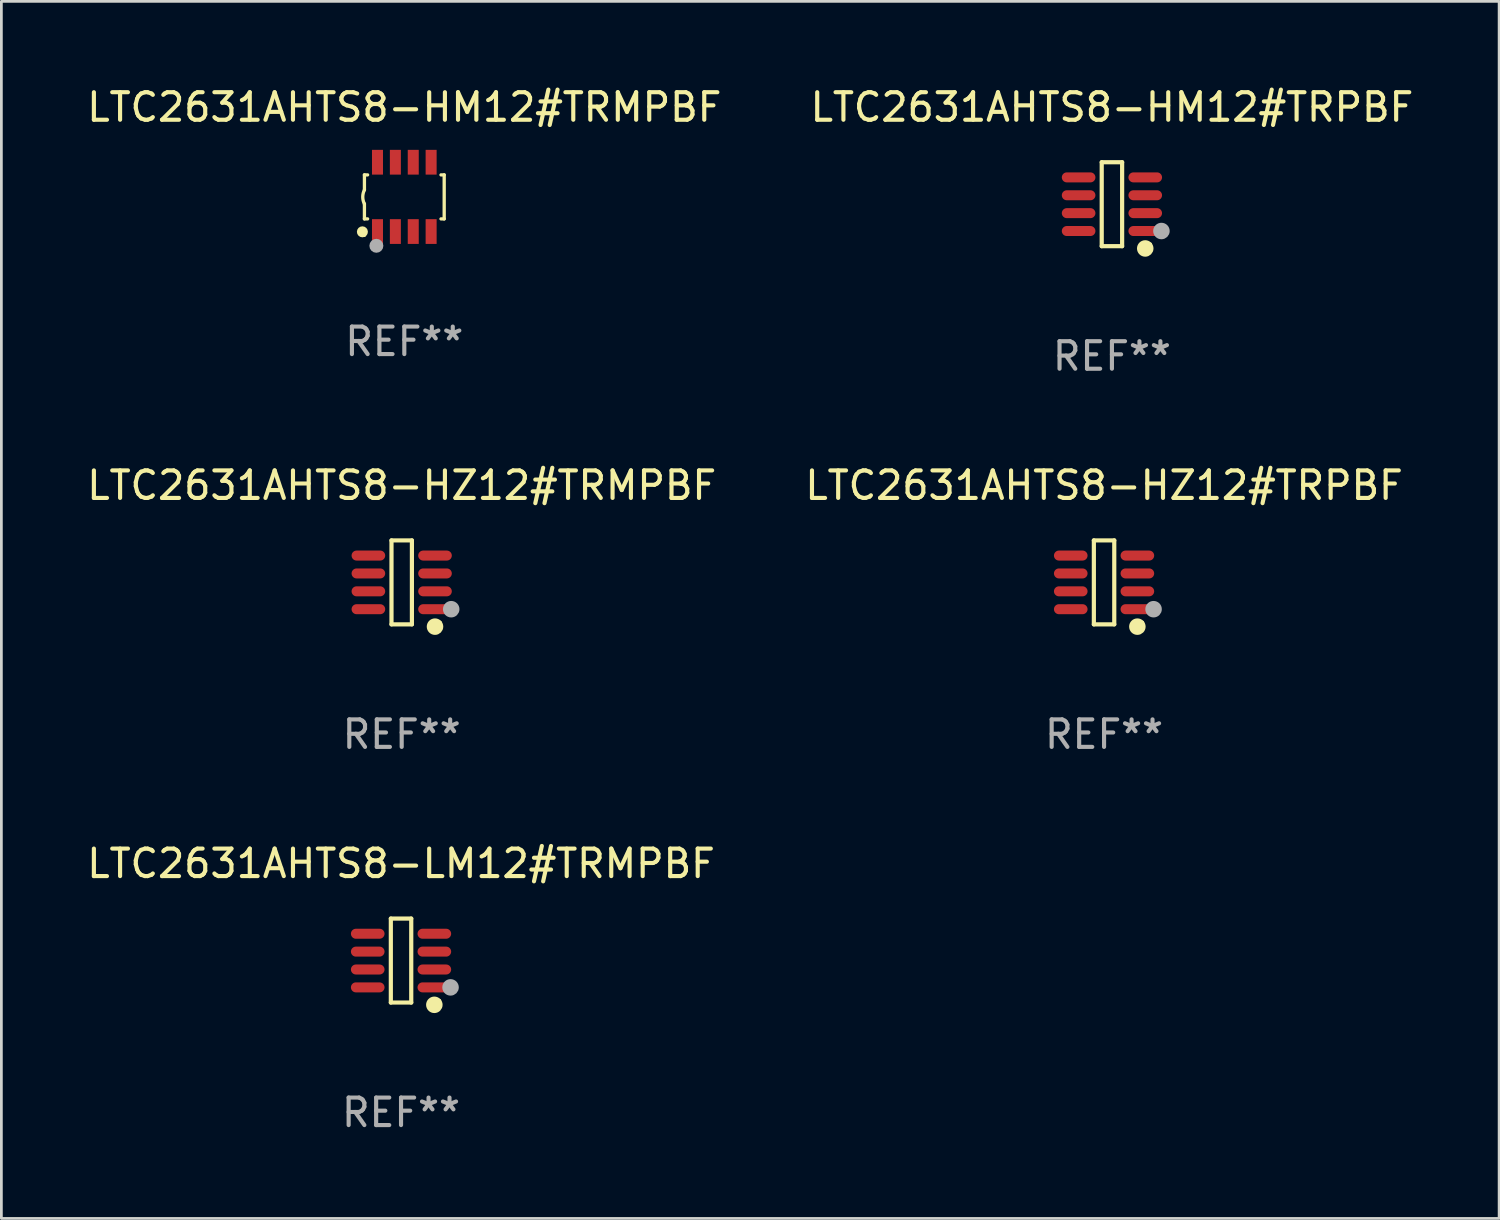
<source format=kicad_pcb>
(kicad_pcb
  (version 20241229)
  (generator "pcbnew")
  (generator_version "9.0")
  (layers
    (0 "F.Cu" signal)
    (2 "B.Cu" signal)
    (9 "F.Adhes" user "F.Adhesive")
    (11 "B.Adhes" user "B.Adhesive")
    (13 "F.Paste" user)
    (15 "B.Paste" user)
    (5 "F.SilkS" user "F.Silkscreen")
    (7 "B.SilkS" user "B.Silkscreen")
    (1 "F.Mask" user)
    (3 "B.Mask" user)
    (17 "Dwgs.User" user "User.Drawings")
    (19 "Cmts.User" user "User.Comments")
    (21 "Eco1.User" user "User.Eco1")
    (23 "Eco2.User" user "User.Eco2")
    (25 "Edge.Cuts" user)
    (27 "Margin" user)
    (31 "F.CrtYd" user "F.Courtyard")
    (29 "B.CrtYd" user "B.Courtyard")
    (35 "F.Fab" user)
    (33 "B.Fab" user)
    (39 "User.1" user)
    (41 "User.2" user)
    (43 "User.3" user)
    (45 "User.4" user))
  (footprint "LTC2631AHTS8-HZ12#TRPBF"
    (layer "F.Cu")
    (at 37.089 18.123)
    (property "Reference" "LTC2631AHTS8-HZ12#TRPBF" (at 0 -3.526 0) (layer "F.SilkS") (effects (font (size 1 1) (thickness 0.15))))
    (attr through_hole)
    (fp_line (start -0.371 -1.526) (end 0.371 -1.526) (stroke (width 0.152) (type solid)) (layer "F.SilkS"))
    (fp_line (start -0.371 1.526) (end -0.371 -1.526) (stroke (width 0.152) (type solid)) (layer "F.SilkS"))
    (fp_line (start 0.371 -1.526) (end 0.371 1.526) (stroke (width 0.152) (type solid)) (layer "F.SilkS"))
    (fp_line (start 0.371 1.526) (end -0.371 1.526) (stroke (width 0.152) (type solid)) (layer "F.SilkS"))
    (fp_circle (center 1.211 1.609) (end 1.361 1.609) (stroke (width 0.3) (type solid)) (fill no) (layer "F.SilkS"))
    (fp_circle (center 1.4 1.45) (end 1.43 1.45) (stroke (width 0.06) (type solid)) (fill no) (layer "F.SilkS"))
    (fp_circle (center 1.8 0.975) (end 1.95 0.975) (stroke (width 0.3) (type solid)) (fill no) (layer "F.Fab"))
    (fp_text user "REF**" (at 0 5.526 0) (layer "F.Fab") (effects (font (size 1 1) (thickness 0.15))))
    (pad "1" smd oval (at 1.211 0.975) (size 1.222 0.364) (layers "F.Cu" "F.Mask" "F.Paste"))
    (pad "2" smd oval (at 1.211 0.325) (size 1.222 0.364) (layers "F.Cu" "F.Mask" "F.Paste"))
    (pad "3" smd oval (at 1.211 -0.325) (size 1.222 0.364) (layers "F.Cu" "F.Mask" "F.Paste"))
    (pad "4" smd oval (at 1.211 -0.975) (size 1.222 0.364) (layers "F.Cu" "F.Mask" "F.Paste"))
    (pad "5" smd oval (at -1.211 -0.975) (size 1.222 0.364) (layers "F.Cu" "F.Mask" "F.Paste"))
    (pad "6" smd oval (at -1.211 -0.325) (size 1.222 0.364) (layers "F.Cu" "F.Mask" "F.Paste"))
    (pad "7" smd oval (at -1.211 0.325) (size 1.222 0.364) (layers "F.Cu" "F.Mask" "F.Paste"))
    (pad "8" smd oval (at -1.211 0.975) (size 1.222 0.364) (layers "F.Cu" "F.Mask" "F.Paste")))
  (footprint "LTC2631AHTS8-HM12#TRMPBF"
    (layer "F.Cu")
    (at 11.649 4.108)
    (property "Reference" "LTC2631AHTS8-HM12#TRMPBF" (at 0 -3.26 0) (layer "F.SilkS") (effects (font (size 1 1) (thickness 0.15))))
    (attr through_hole)
    (fp_line (start -1.45 -0.8) (end -1.45 -0.254) (stroke (width 0.12) (type solid)) (layer "F.SilkS"))
    (fp_line (start -1.45 -0.8) (end -1.334 -0.8) (stroke (width 0.12) (type solid)) (layer "F.SilkS"))
    (fp_line (start -1.45 0.8) (end -1.45 0.254) (stroke (width 0.12) (type solid)) (layer "F.SilkS"))
    (fp_line (start -1.45 0.8) (end -1.334 0.8) (stroke (width 0.12) (type solid)) (layer "F.SilkS"))
    (fp_line (start 1.334 -0.8) (end 1.45 -0.8) (stroke (width 0.12) (type solid)) (layer "F.SilkS"))
    (fp_line (start 1.334 0.8) (end 1.45 0.8) (stroke (width 0.12) (type solid)) (layer "F.SilkS"))
    (fp_line (start 1.45 0.8) (end 1.45 -0.8) (stroke (width 0.12) (type solid)) (layer "F.SilkS"))
    (fp_arc (start -1.45075 0.255144) (mid -1.510605 0.000434) (end -1.450013 -0.254102) (stroke (width 0.11999) (type solid)) (layer "F.SilkS"))
    (fp_circle (center -1.524 1.27) (end -1.424 1.27) (stroke (width 0.2) (type solid)) (fill no) (layer "F.SilkS"))
    (fp_circle (center -1.45 1.4) (end -1.42 1.4) (stroke (width 0.06) (type solid)) (fill no) (layer "F.SilkS"))
    (fp_circle (center -1.016 1.778) (end -0.889 1.778) (stroke (width 0.254) (type solid)) (fill no) (layer "F.Fab"))
    (fp_text user "REF**" (at 0 5.26 0) (layer "F.Fab") (effects (font (size 1 1) (thickness 0.15))))
    (pad "1" smd rect (at -0.975 1.26) (size 0.4 0.9) (layers "F.Cu" "F.Mask" "F.Paste"))
    (pad "2" smd rect (at -0.325 1.26) (size 0.4 0.9) (layers "F.Cu" "F.Mask" "F.Paste"))
    (pad "3" smd rect (at 0.325 1.26) (size 0.4 0.9) (layers "F.Cu" "F.Mask" "F.Paste"))
    (pad "4" smd rect (at 0.975 1.26) (size 0.4 0.9) (layers "F.Cu" "F.Mask" "F.Paste"))
    (pad "5" smd rect (at 0.975 -1.26) (size 0.4 0.9) (layers "F.Cu" "F.Mask" "F.Paste"))
    (pad "6" smd rect (at 0.325 -1.26) (size 0.4 0.9) (layers "F.Cu" "F.Mask" "F.Paste"))
    (pad "7" smd rect (at -0.325 -1.26) (size 0.4 0.9) (layers "F.Cu" "F.Mask" "F.Paste"))
    (pad "8" smd rect (at -0.975 -1.26) (size 0.4 0.9) (layers "F.Cu" "F.Mask" "F.Paste")))
  (footprint "LTC2631AHTS8-LM12#TRMPBF"
    (layer "F.Cu")
    (at 11.53 31.872)
    (property "Reference" "LTC2631AHTS8-LM12#TRMPBF" (at 0 -3.526 0) (layer "F.SilkS") (effects (font (size 1 1) (thickness 0.15))))
    (attr through_hole)
    (fp_line (start -0.371 -1.526) (end 0.371 -1.526) (stroke (width 0.152) (type solid)) (layer "F.SilkS"))
    (fp_line (start -0.371 1.526) (end -0.371 -1.526) (stroke (width 0.152) (type solid)) (layer "F.SilkS"))
    (fp_line (start 0.371 -1.526) (end 0.371 1.526) (stroke (width 0.152) (type solid)) (layer "F.SilkS"))
    (fp_line (start 0.371 1.526) (end -0.371 1.526) (stroke (width 0.152) (type solid)) (layer "F.SilkS"))
    (fp_circle (center 1.211 1.609) (end 1.361 1.609) (stroke (width 0.3) (type solid)) (fill no) (layer "F.SilkS"))
    (fp_circle (center 1.4 1.45) (end 1.43 1.45) (stroke (width 0.06) (type solid)) (fill no) (layer "F.SilkS"))
    (fp_circle (center 1.8 0.975) (end 1.95 0.975) (stroke (width 0.3) (type solid)) (fill no) (layer "F.Fab"))
    (fp_text user "REF**" (at 0 5.526 0) (layer "F.Fab") (effects (font (size 1 1) (thickness 0.15))))
    (pad "1" smd oval (at 1.211 0.975) (size 1.222 0.364) (layers "F.Cu" "F.Mask" "F.Paste"))
    (pad "2" smd oval (at 1.211 0.325) (size 1.222 0.364) (layers "F.Cu" "F.Mask" "F.Paste"))
    (pad "3" smd oval (at 1.211 -0.325) (size 1.222 0.364) (layers "F.Cu" "F.Mask" "F.Paste"))
    (pad "4" smd oval (at 1.211 -0.975) (size 1.222 0.364) (layers "F.Cu" "F.Mask" "F.Paste"))
    (pad "5" smd oval (at -1.211 -0.975) (size 1.222 0.364) (layers "F.Cu" "F.Mask" "F.Paste"))
    (pad "6" smd oval (at -1.211 -0.325) (size 1.222 0.364) (layers "F.Cu" "F.Mask" "F.Paste"))
    (pad "7" smd oval (at -1.211 0.325) (size 1.222 0.364) (layers "F.Cu" "F.Mask" "F.Paste"))
    (pad "8" smd oval (at -1.211 0.975) (size 1.222 0.364) (layers "F.Cu" "F.Mask" "F.Paste")))
  (footprint "LTC2631AHTS8-HZ12#TRMPBF"
    (layer "F.Cu")
    (at 11.554 18.123)
    (property "Reference" "LTC2631AHTS8-HZ12#TRMPBF" (at 0 -3.526 0) (layer "F.SilkS") (effects (font (size 1 1) (thickness 0.15))))
    (attr through_hole)
    (fp_line (start -0.371 -1.526) (end 0.371 -1.526) (stroke (width 0.152) (type solid)) (layer "F.SilkS"))
    (fp_line (start -0.371 1.526) (end -0.371 -1.526) (stroke (width 0.152) (type solid)) (layer "F.SilkS"))
    (fp_line (start 0.371 -1.526) (end 0.371 1.526) (stroke (width 0.152) (type solid)) (layer "F.SilkS"))
    (fp_line (start 0.371 1.526) (end -0.371 1.526) (stroke (width 0.152) (type solid)) (layer "F.SilkS"))
    (fp_circle (center 1.211 1.609) (end 1.361 1.609) (stroke (width 0.3) (type solid)) (fill no) (layer "F.SilkS"))
    (fp_circle (center 1.4 1.45) (end 1.43 1.45) (stroke (width 0.06) (type solid)) (fill no) (layer "F.SilkS"))
    (fp_circle (center 1.8 0.975) (end 1.95 0.975) (stroke (width 0.3) (type solid)) (fill no) (layer "F.Fab"))
    (fp_text user "REF**" (at 0 5.526 0) (layer "F.Fab") (effects (font (size 1 1) (thickness 0.15))))
    (pad "1" smd oval (at 1.211 0.975) (size 1.222 0.364) (layers "F.Cu" "F.Mask" "F.Paste"))
    (pad "2" smd oval (at 1.211 0.325) (size 1.222 0.364) (layers "F.Cu" "F.Mask" "F.Paste"))
    (pad "3" smd oval (at 1.211 -0.325) (size 1.222 0.364) (layers "F.Cu" "F.Mask" "F.Paste"))
    (pad "4" smd oval (at 1.211 -0.975) (size 1.222 0.364) (layers "F.Cu" "F.Mask" "F.Paste"))
    (pad "5" smd oval (at -1.211 -0.975) (size 1.222 0.364) (layers "F.Cu" "F.Mask" "F.Paste"))
    (pad "6" smd oval (at -1.211 -0.325) (size 1.222 0.364) (layers "F.Cu" "F.Mask" "F.Paste"))
    (pad "7" smd oval (at -1.211 0.325) (size 1.222 0.364) (layers "F.Cu" "F.Mask" "F.Paste"))
    (pad "8" smd oval (at -1.211 0.975) (size 1.222 0.364) (layers "F.Cu" "F.Mask" "F.Paste")))
  (footprint "LTC2631AHTS8-HM12#TRPBF"
    (layer "F.Cu")
    (at 37.375 4.374)
    (property "Reference" "LTC2631AHTS8-HM12#TRPBF" (at 0 -3.526 0) (layer "F.SilkS") (effects (font (size 1 1) (thickness 0.15))))
    (attr through_hole)
    (fp_line (start -0.371 -1.526) (end 0.371 -1.526) (stroke (width 0.152) (type solid)) (layer "F.SilkS"))
    (fp_line (start -0.371 1.526) (end -0.371 -1.526) (stroke (width 0.152) (type solid)) (layer "F.SilkS"))
    (fp_line (start 0.371 -1.526) (end 0.371 1.526) (stroke (width 0.152) (type solid)) (layer "F.SilkS"))
    (fp_line (start 0.371 1.526) (end -0.371 1.526) (stroke (width 0.152) (type solid)) (layer "F.SilkS"))
    (fp_circle (center 1.211 1.609) (end 1.361 1.609) (stroke (width 0.3) (type solid)) (fill no) (layer "F.SilkS"))
    (fp_circle (center 1.4 1.45) (end 1.43 1.45) (stroke (width 0.06) (type solid)) (fill no) (layer "F.SilkS"))
    (fp_circle (center 1.8 0.975) (end 1.95 0.975) (stroke (width 0.3) (type solid)) (fill no) (layer "F.Fab"))
    (fp_text user "REF**" (at 0 5.526 0) (layer "F.Fab") (effects (font (size 1 1) (thickness 0.15))))
    (pad "1" smd oval (at 1.211 0.975) (size 1.222 0.364) (layers "F.Cu" "F.Mask" "F.Paste"))
    (pad "2" smd oval (at 1.211 0.325) (size 1.222 0.364) (layers "F.Cu" "F.Mask" "F.Paste"))
    (pad "3" smd oval (at 1.211 -0.325) (size 1.222 0.364) (layers "F.Cu" "F.Mask" "F.Paste"))
    (pad "4" smd oval (at 1.211 -0.975) (size 1.222 0.364) (layers "F.Cu" "F.Mask" "F.Paste"))
    (pad "5" smd oval (at -1.211 -0.975) (size 1.222 0.364) (layers "F.Cu" "F.Mask" "F.Paste"))
    (pad "6" smd oval (at -1.211 -0.325) (size 1.222 0.364) (layers "F.Cu" "F.Mask" "F.Paste"))
    (pad "7" smd oval (at -1.211 0.325) (size 1.222 0.364) (layers "F.Cu" "F.Mask" "F.Paste"))
    (pad "8" smd oval (at -1.211 0.975) (size 1.222 0.364) (layers "F.Cu" "F.Mask" "F.Paste")))
  (gr_rect
    (start -3 -3)
    (end 51.452 41.247)
    (stroke (width 0.1) (type default))
    (fill no)
    (layer "Edge.Cuts")))
</source>
